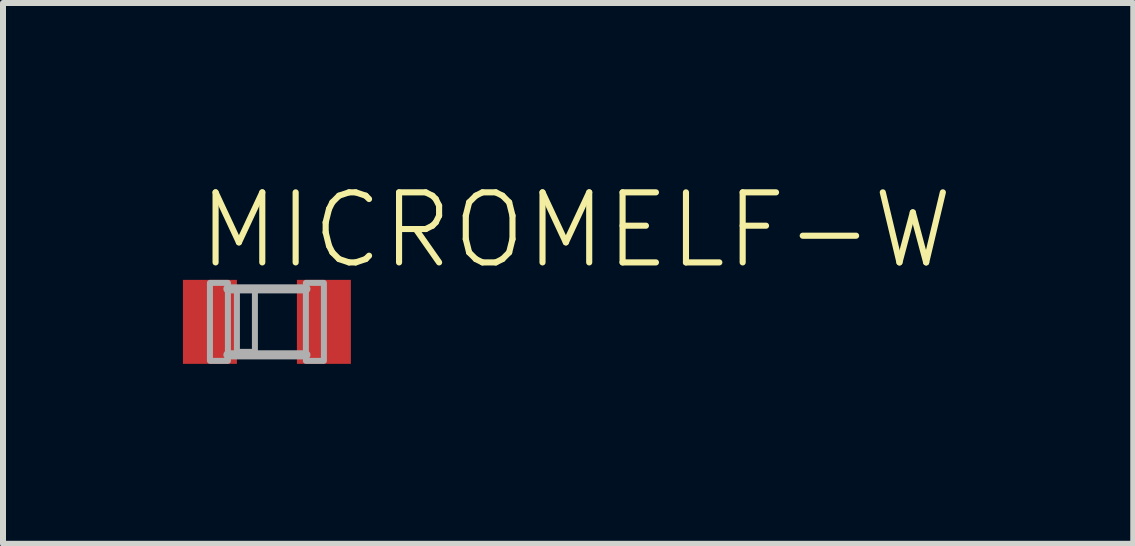
<source format=kicad_pcb>
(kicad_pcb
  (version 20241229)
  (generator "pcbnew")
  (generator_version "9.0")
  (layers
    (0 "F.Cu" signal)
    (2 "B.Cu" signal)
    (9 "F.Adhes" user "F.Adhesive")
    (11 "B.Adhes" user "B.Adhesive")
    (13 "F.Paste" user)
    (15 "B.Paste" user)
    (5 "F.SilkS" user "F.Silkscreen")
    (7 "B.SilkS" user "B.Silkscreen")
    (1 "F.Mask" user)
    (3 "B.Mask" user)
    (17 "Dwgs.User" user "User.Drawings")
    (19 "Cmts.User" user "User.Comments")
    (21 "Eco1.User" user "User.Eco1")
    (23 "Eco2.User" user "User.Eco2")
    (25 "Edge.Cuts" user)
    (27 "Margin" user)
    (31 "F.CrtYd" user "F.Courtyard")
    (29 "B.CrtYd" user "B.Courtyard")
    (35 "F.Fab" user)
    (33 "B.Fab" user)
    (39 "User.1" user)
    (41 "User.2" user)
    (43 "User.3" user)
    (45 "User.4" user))
  (footprint "MICROMELF-W"
    (layer "F.Cu")
    (at 1.4 2.316)
    (property "Reference" "MICROMELF-W" (at -1.201 -0.843 0) (layer "F.SilkS") (effects (font (size 1.168 1.168) (thickness 0.102)) (justify left bottom)))
    (fp_line (start -0.65 -0.55) (end 0.65 -0.55) (stroke (width 0.152) (type solid)) (layer "F.Fab"))
    (fp_line (start -0.65 0.55) (end 0.65 0.55) (stroke (width 0.152) (type solid)) (layer "F.Fab"))
    (fp_poly (pts (xy -0.95 0.65) (xy -0.65 0.65) (xy -0.65 -0.65) (xy -0.95 -0.65)) (stroke (width 0.1) (type default)) (fill no) (layer "F.Fab"))
    (fp_poly (pts (xy -0.5 0.5) (xy -0.2 0.5) (xy -0.2 -0.55) (xy -0.5 -0.55)) (stroke (width 0.1) (type default)) (fill no) (layer "F.Fab"))
    (fp_poly (pts (xy 0.65 0.65) (xy 0.95 0.65) (xy 0.95 -0.65) (xy 0.65 -0.65)) (stroke (width 0.1) (type default)) (fill no) (layer "F.Fab"))
    (pad "A" smd rect (at 0.95 0) (size 0.9 1.4) (layers "F.Cu" "F.Mask" "F.Paste"))
    (pad "C" smd rect (at -0.95 0) (size 0.9 1.4) (layers "F.Cu" "F.Mask" "F.Paste")))
  (gr_rect
    (start -3 -3)
    (end 15.844 6.016)
    (stroke (width 0.1) (type default))
    (fill no)
    (layer "Edge.Cuts")))
</source>
